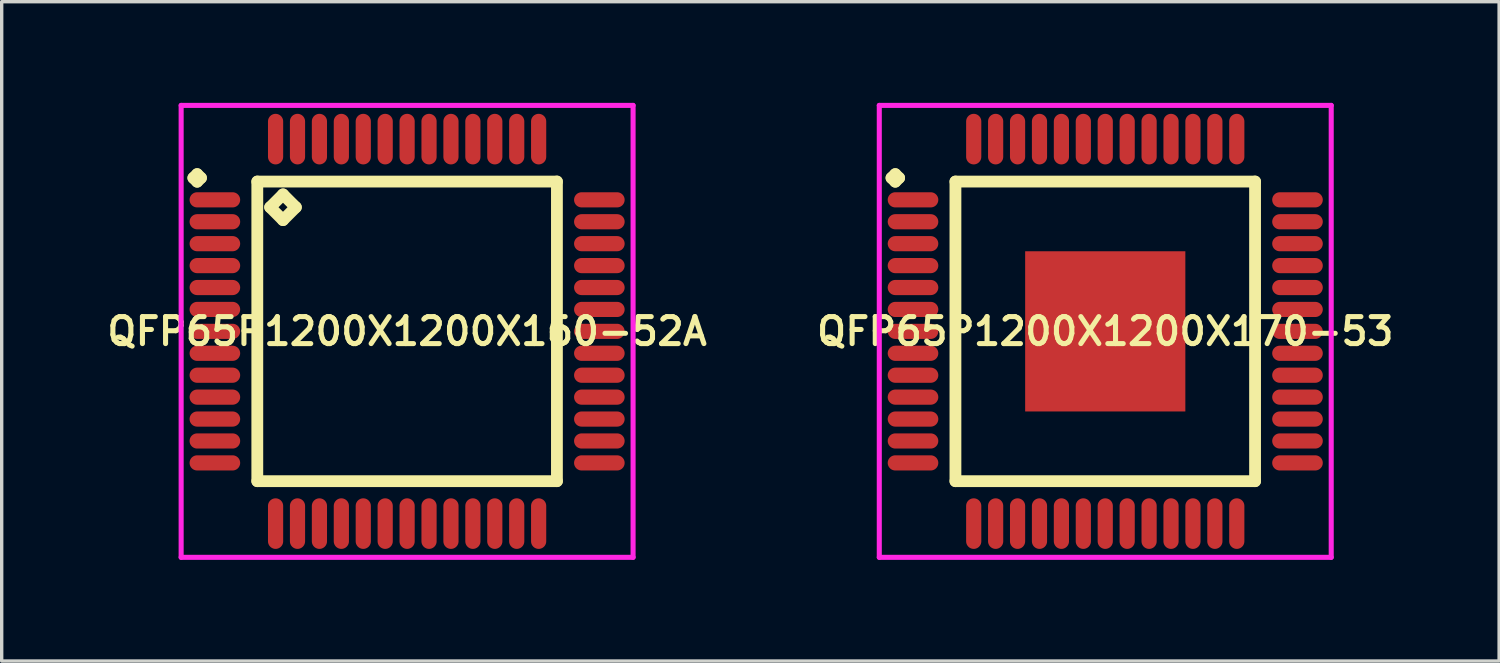
<source format=kicad_pcb>
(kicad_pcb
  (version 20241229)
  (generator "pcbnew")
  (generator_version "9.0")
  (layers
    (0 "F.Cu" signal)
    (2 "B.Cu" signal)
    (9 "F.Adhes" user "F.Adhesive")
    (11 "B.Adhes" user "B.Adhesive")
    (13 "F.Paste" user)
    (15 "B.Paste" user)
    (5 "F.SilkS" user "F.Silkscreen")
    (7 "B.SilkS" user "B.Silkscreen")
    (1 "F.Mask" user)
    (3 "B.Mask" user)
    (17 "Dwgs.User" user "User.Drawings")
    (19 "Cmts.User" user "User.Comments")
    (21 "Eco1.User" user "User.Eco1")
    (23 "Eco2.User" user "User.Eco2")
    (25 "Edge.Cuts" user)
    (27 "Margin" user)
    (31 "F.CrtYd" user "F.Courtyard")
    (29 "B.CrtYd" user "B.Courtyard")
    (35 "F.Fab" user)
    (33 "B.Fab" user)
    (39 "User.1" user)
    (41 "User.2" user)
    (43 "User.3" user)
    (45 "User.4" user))
  (footprint "QFP65P1200X1200X160-52A"
    (layer "F.Cu")
    (at 9.021 6.775)
    (property "Reference" "QFP65P1200X1200X160-52A" (at 0 0 0) (layer "F.SilkS") (effects (font (size 0.8 0.8) (thickness 0.15))))
    (attr through_hole)
    (fp_line (start -6.338 -4.55) (end -6.225 -4.662) (stroke (width 0.35) (type solid)) (layer "F.SilkS"))
    (fp_line (start -6.225 -4.662) (end -6.112 -4.55) (stroke (width 0.35) (type solid)) (layer "F.SilkS"))
    (fp_line (start -6.225 -4.438) (end -6.338 -4.55) (stroke (width 0.35) (type solid)) (layer "F.SilkS"))
    (fp_line (start -6.112 -4.55) (end -6.225 -4.438) (stroke (width 0.35) (type solid)) (layer "F.SilkS"))
    (fp_line (start -4.442 -4.442) (end -4.442 4.442) (stroke (width 0.35) (type solid)) (layer "F.SilkS"))
    (fp_line (start -4.442 4.442) (end 4.442 4.442) (stroke (width 0.35) (type solid)) (layer "F.SilkS"))
    (fp_line (start -4.061 -3.68) (end -3.68 -4.061) (stroke (width 0.35) (type solid)) (layer "F.SilkS"))
    (fp_line (start -3.68 -4.061) (end -3.299 -3.68) (stroke (width 0.35) (type solid)) (layer "F.SilkS"))
    (fp_line (start -3.68 -3.299) (end -4.061 -3.68) (stroke (width 0.35) (type solid)) (layer "F.SilkS"))
    (fp_line (start -3.299 -3.68) (end -3.68 -3.299) (stroke (width 0.35) (type solid)) (layer "F.SilkS"))
    (fp_line (start 4.442 -4.442) (end -4.442 -4.442) (stroke (width 0.35) (type solid)) (layer "F.SilkS"))
    (fp_line (start 4.442 4.442) (end 4.442 -4.442) (stroke (width 0.35) (type solid)) (layer "F.SilkS"))
    (fp_line (start -6.7 -6.7) (end 6.7 -6.7) (stroke (width 0.15) (type solid)) (layer "F.CrtYd"))
    (fp_line (start -6.7 6.7) (end -6.7 -6.7) (stroke (width 0.15) (type solid)) (layer "F.CrtYd"))
    (fp_line (start 6.7 -6.7) (end 6.7 6.7) (stroke (width 0.15) (type solid)) (layer "F.CrtYd"))
    (fp_line (start 6.7 6.7) (end -6.7 6.7) (stroke (width 0.15) (type solid)) (layer "F.CrtYd"))
    (pad "1" smd oval (at -5.7 -3.9) (size 1.5 0.45) (layers "F.Cu" "F.Mask" "F.Paste"))
    (pad "2" smd oval (at -5.7 -3.25) (size 1.5 0.45) (layers "F.Cu" "F.Mask" "F.Paste"))
    (pad "3" smd oval (at -5.7 -2.6) (size 1.5 0.45) (layers "F.Cu" "F.Mask" "F.Paste"))
    (pad "4" smd oval (at -5.7 -1.95) (size 1.5 0.45) (layers "F.Cu" "F.Mask" "F.Paste"))
    (pad "5" smd oval (at -5.7 -1.3) (size 1.5 0.45) (layers "F.Cu" "F.Mask" "F.Paste"))
    (pad "6" smd oval (at -5.7 -0.65) (size 1.5 0.45) (layers "F.Cu" "F.Mask" "F.Paste"))
    (pad "7" smd oval (at -5.7 0) (size 1.5 0.45) (layers "F.Cu" "F.Mask" "F.Paste"))
    (pad "8" smd oval (at -5.7 0.65) (size 1.5 0.45) (layers "F.Cu" "F.Mask" "F.Paste"))
    (pad "9" smd oval (at -5.7 1.3) (size 1.5 0.45) (layers "F.Cu" "F.Mask" "F.Paste"))
    (pad "10" smd oval (at -5.7 1.95) (size 1.5 0.45) (layers "F.Cu" "F.Mask" "F.Paste"))
    (pad "11" smd oval (at -5.7 2.6) (size 1.5 0.45) (layers "F.Cu" "F.Mask" "F.Paste"))
    (pad "12" smd oval (at -5.7 3.25) (size 1.5 0.45) (layers "F.Cu" "F.Mask" "F.Paste"))
    (pad "13" smd oval (at -5.7 3.9) (size 1.5 0.45) (layers "F.Cu" "F.Mask" "F.Paste"))
    (pad "14" smd oval (at -3.9 5.7) (size 0.45 1.5) (layers "F.Cu" "F.Mask" "F.Paste"))
    (pad "15" smd oval (at -3.25 5.7) (size 0.45 1.5) (layers "F.Cu" "F.Mask" "F.Paste"))
    (pad "16" smd oval (at -2.6 5.7) (size 0.45 1.5) (layers "F.Cu" "F.Mask" "F.Paste"))
    (pad "17" smd oval (at -1.95 5.7) (size 0.45 1.5) (layers "F.Cu" "F.Mask" "F.Paste"))
    (pad "18" smd oval (at -1.3 5.7) (size 0.45 1.5) (layers "F.Cu" "F.Mask" "F.Paste"))
    (pad "19" smd oval (at -0.65 5.7) (size 0.45 1.5) (layers "F.Cu" "F.Mask" "F.Paste"))
    (pad "20" smd oval (at 0 5.7) (size 0.45 1.5) (layers "F.Cu" "F.Mask" "F.Paste"))
    (pad "21" smd oval (at 0.65 5.7) (size 0.45 1.5) (layers "F.Cu" "F.Mask" "F.Paste"))
    (pad "22" smd oval (at 1.3 5.7) (size 0.45 1.5) (layers "F.Cu" "F.Mask" "F.Paste"))
    (pad "23" smd oval (at 1.95 5.7) (size 0.45 1.5) (layers "F.Cu" "F.Mask" "F.Paste"))
    (pad "24" smd oval (at 2.6 5.7) (size 0.45 1.5) (layers "F.Cu" "F.Mask" "F.Paste"))
    (pad "25" smd oval (at 3.25 5.7) (size 0.45 1.5) (layers "F.Cu" "F.Mask" "F.Paste"))
    (pad "26" smd oval (at 3.9 5.7) (size 0.45 1.5) (layers "F.Cu" "F.Mask" "F.Paste"))
    (pad "27" smd oval (at 5.7 3.9) (size 1.5 0.45) (layers "F.Cu" "F.Mask" "F.Paste"))
    (pad "28" smd oval (at 5.7 3.25) (size 1.5 0.45) (layers "F.Cu" "F.Mask" "F.Paste"))
    (pad "29" smd oval (at 5.7 2.6) (size 1.5 0.45) (layers "F.Cu" "F.Mask" "F.Paste"))
    (pad "30" smd oval (at 5.7 1.95) (size 1.5 0.45) (layers "F.Cu" "F.Mask" "F.Paste"))
    (pad "31" smd oval (at 5.7 1.3) (size 1.5 0.45) (layers "F.Cu" "F.Mask" "F.Paste"))
    (pad "32" smd oval (at 5.7 0.65) (size 1.5 0.45) (layers "F.Cu" "F.Mask" "F.Paste"))
    (pad "33" smd oval (at 5.7 0) (size 1.5 0.45) (layers "F.Cu" "F.Mask" "F.Paste"))
    (pad "34" smd oval (at 5.7 -0.65) (size 1.5 0.45) (layers "F.Cu" "F.Mask" "F.Paste"))
    (pad "35" smd oval (at 5.7 -1.3) (size 1.5 0.45) (layers "F.Cu" "F.Mask" "F.Paste"))
    (pad "36" smd oval (at 5.7 -1.95) (size 1.5 0.45) (layers "F.Cu" "F.Mask" "F.Paste"))
    (pad "37" smd oval (at 5.7 -2.6) (size 1.5 0.45) (layers "F.Cu" "F.Mask" "F.Paste"))
    (pad "38" smd oval (at 5.7 -3.25) (size 1.5 0.45) (layers "F.Cu" "F.Mask" "F.Paste"))
    (pad "39" smd oval (at 5.7 -3.9) (size 1.5 0.45) (layers "F.Cu" "F.Mask" "F.Paste"))
    (pad "40" smd oval (at 3.9 -5.7) (size 0.45 1.5) (layers "F.Cu" "F.Mask" "F.Paste"))
    (pad "41" smd oval (at 3.25 -5.7) (size 0.45 1.5) (layers "F.Cu" "F.Mask" "F.Paste"))
    (pad "42" smd oval (at 2.6 -5.7) (size 0.45 1.5) (layers "F.Cu" "F.Mask" "F.Paste"))
    (pad "43" smd oval (at 1.95 -5.7) (size 0.45 1.5) (layers "F.Cu" "F.Mask" "F.Paste"))
    (pad "44" smd oval (at 1.3 -5.7) (size 0.45 1.5) (layers "F.Cu" "F.Mask" "F.Paste"))
    (pad "45" smd oval (at 0.65 -5.7) (size 0.45 1.5) (layers "F.Cu" "F.Mask" "F.Paste"))
    (pad "46" smd oval (at 0 -5.7) (size 0.45 1.5) (layers "F.Cu" "F.Mask" "F.Paste"))
    (pad "47" smd oval (at -0.65 -5.7) (size 0.45 1.5) (layers "F.Cu" "F.Mask" "F.Paste"))
    (pad "48" smd oval (at -1.3 -5.7) (size 0.45 1.5) (layers "F.Cu" "F.Mask" "F.Paste"))
    (pad "49" smd oval (at -1.95 -5.7) (size 0.45 1.5) (layers "F.Cu" "F.Mask" "F.Paste"))
    (pad "50" smd oval (at -2.6 -5.7) (size 0.45 1.5) (layers "F.Cu" "F.Mask" "F.Paste"))
    (pad "51" smd oval (at -3.25 -5.7) (size 0.45 1.5) (layers "F.Cu" "F.Mask" "F.Paste"))
    (pad "52" smd oval (at -3.9 -5.7) (size 0.45 1.5) (layers "F.Cu" "F.Mask" "F.Paste")))
  (footprint "QFP65P1200X1200X170-53"
    (layer "F.Cu")
    (at 29.721 6.775)
    (property "Reference" "QFP65P1200X1200X170-53" (at 0 0 0) (layer "F.SilkS") (effects (font (size 0.8 0.8) (thickness 0.15))))
    (attr smd)
    (fp_line (start -6.338 -4.55) (end -6.225 -4.662) (stroke (width 0.35) (type solid)) (layer "F.SilkS"))
    (fp_line (start -6.225 -4.662) (end -6.112 -4.55) (stroke (width 0.35) (type solid)) (layer "F.SilkS"))
    (fp_line (start -6.225 -4.438) (end -6.338 -4.55) (stroke (width 0.35) (type solid)) (layer "F.SilkS"))
    (fp_line (start -6.112 -4.55) (end -6.225 -4.438) (stroke (width 0.35) (type solid)) (layer "F.SilkS"))
    (fp_line (start -4.442 -4.442) (end -4.442 4.442) (stroke (width 0.35) (type solid)) (layer "F.SilkS"))
    (fp_line (start -4.442 4.442) (end 4.442 4.442) (stroke (width 0.35) (type solid)) (layer "F.SilkS"))
    (fp_line (start 4.442 -4.442) (end -4.442 -4.442) (stroke (width 0.35) (type solid)) (layer "F.SilkS"))
    (fp_line (start 4.442 4.442) (end 4.442 -4.442) (stroke (width 0.35) (type solid)) (layer "F.SilkS"))
    (fp_line (start -6.7 -6.7) (end 6.7 -6.7) (stroke (width 0.15) (type solid)) (layer "F.CrtYd"))
    (fp_line (start -6.7 6.7) (end -6.7 -6.7) (stroke (width 0.15) (type solid)) (layer "F.CrtYd"))
    (fp_line (start 6.7 -6.7) (end 6.7 6.7) (stroke (width 0.15) (type solid)) (layer "F.CrtYd"))
    (fp_line (start 6.7 6.7) (end -6.7 6.7) (stroke (width 0.15) (type solid)) (layer "F.CrtYd"))
    (pad "1" smd oval (at -5.7 -3.9) (size 1.5 0.45) (layers "F.Cu" "F.Mask" "F.Paste"))
    (pad "2" smd oval (at -5.7 -3.25) (size 1.5 0.45) (layers "F.Cu" "F.Mask" "F.Paste"))
    (pad "3" smd oval (at -5.7 -2.6) (size 1.5 0.45) (layers "F.Cu" "F.Mask" "F.Paste"))
    (pad "4" smd oval (at -5.7 -1.95) (size 1.5 0.45) (layers "F.Cu" "F.Mask" "F.Paste"))
    (pad "5" smd oval (at -5.7 -1.3) (size 1.5 0.45) (layers "F.Cu" "F.Mask" "F.Paste"))
    (pad "6" smd oval (at -5.7 -0.65) (size 1.5 0.45) (layers "F.Cu" "F.Mask" "F.Paste"))
    (pad "7" smd oval (at -5.7 0) (size 1.5 0.45) (layers "F.Cu" "F.Mask" "F.Paste"))
    (pad "8" smd oval (at -5.7 0.65) (size 1.5 0.45) (layers "F.Cu" "F.Mask" "F.Paste"))
    (pad "9" smd oval (at -5.7 1.3) (size 1.5 0.45) (layers "F.Cu" "F.Mask" "F.Paste"))
    (pad "10" smd oval (at -5.7 1.95) (size 1.5 0.45) (layers "F.Cu" "F.Mask" "F.Paste"))
    (pad "11" smd oval (at -5.7 2.6) (size 1.5 0.45) (layers "F.Cu" "F.Mask" "F.Paste"))
    (pad "12" smd oval (at -5.7 3.25) (size 1.5 0.45) (layers "F.Cu" "F.Mask" "F.Paste"))
    (pad "13" smd oval (at -5.7 3.9) (size 1.5 0.45) (layers "F.Cu" "F.Mask" "F.Paste"))
    (pad "14" smd oval (at -3.9 5.7) (size 0.45 1.5) (layers "F.Cu" "F.Mask" "F.Paste"))
    (pad "15" smd oval (at -3.25 5.7) (size 0.45 1.5) (layers "F.Cu" "F.Mask" "F.Paste"))
    (pad "16" smd oval (at -2.6 5.7) (size 0.45 1.5) (layers "F.Cu" "F.Mask" "F.Paste"))
    (pad "17" smd oval (at -1.95 5.7) (size 0.45 1.5) (layers "F.Cu" "F.Mask" "F.Paste"))
    (pad "18" smd oval (at -1.3 5.7) (size 0.45 1.5) (layers "F.Cu" "F.Mask" "F.Paste"))
    (pad "19" smd oval (at -0.65 5.7) (size 0.45 1.5) (layers "F.Cu" "F.Mask" "F.Paste"))
    (pad "20" smd oval (at 0 5.7) (size 0.45 1.5) (layers "F.Cu" "F.Mask" "F.Paste"))
    (pad "21" smd oval (at 0.65 5.7) (size 0.45 1.5) (layers "F.Cu" "F.Mask" "F.Paste"))
    (pad "22" smd oval (at 1.3 5.7) (size 0.45 1.5) (layers "F.Cu" "F.Mask" "F.Paste"))
    (pad "23" smd oval (at 1.95 5.7) (size 0.45 1.5) (layers "F.Cu" "F.Mask" "F.Paste"))
    (pad "24" smd oval (at 2.6 5.7) (size 0.45 1.5) (layers "F.Cu" "F.Mask" "F.Paste"))
    (pad "25" smd oval (at 3.25 5.7) (size 0.45 1.5) (layers "F.Cu" "F.Mask" "F.Paste"))
    (pad "26" smd oval (at 3.9 5.7) (size 0.45 1.5) (layers "F.Cu" "F.Mask" "F.Paste"))
    (pad "27" smd oval (at 5.7 3.9) (size 1.5 0.45) (layers "F.Cu" "F.Mask" "F.Paste"))
    (pad "28" smd oval (at 5.7 3.25) (size 1.5 0.45) (layers "F.Cu" "F.Mask" "F.Paste"))
    (pad "29" smd oval (at 5.7 2.6) (size 1.5 0.45) (layers "F.Cu" "F.Mask" "F.Paste"))
    (pad "30" smd oval (at 5.7 1.95) (size 1.5 0.45) (layers "F.Cu" "F.Mask" "F.Paste"))
    (pad "31" smd oval (at 5.7 1.3) (size 1.5 0.45) (layers "F.Cu" "F.Mask" "F.Paste"))
    (pad "32" smd oval (at 5.7 0.65) (size 1.5 0.45) (layers "F.Cu" "F.Mask" "F.Paste"))
    (pad "33" smd oval (at 5.7 0) (size 1.5 0.45) (layers "F.Cu" "F.Mask" "F.Paste"))
    (pad "34" smd oval (at 5.7 -0.65) (size 1.5 0.45) (layers "F.Cu" "F.Mask" "F.Paste"))
    (pad "35" smd oval (at 5.7 -1.3) (size 1.5 0.45) (layers "F.Cu" "F.Mask" "F.Paste"))
    (pad "36" smd oval (at 5.7 -1.95) (size 1.5 0.45) (layers "F.Cu" "F.Mask" "F.Paste"))
    (pad "37" smd oval (at 5.7 -2.6) (size 1.5 0.45) (layers "F.Cu" "F.Mask" "F.Paste"))
    (pad "38" smd oval (at 5.7 -3.25) (size 1.5 0.45) (layers "F.Cu" "F.Mask" "F.Paste"))
    (pad "39" smd oval (at 5.7 -3.9) (size 1.5 0.45) (layers "F.Cu" "F.Mask" "F.Paste"))
    (pad "40" smd oval (at 3.9 -5.7) (size 0.45 1.5) (layers "F.Cu" "F.Mask" "F.Paste"))
    (pad "41" smd oval (at 3.25 -5.7) (size 0.45 1.5) (layers "F.Cu" "F.Mask" "F.Paste"))
    (pad "42" smd oval (at 2.6 -5.7) (size 0.45 1.5) (layers "F.Cu" "F.Mask" "F.Paste"))
    (pad "43" smd oval (at 1.95 -5.7) (size 0.45 1.5) (layers "F.Cu" "F.Mask" "F.Paste"))
    (pad "44" smd oval (at 1.3 -5.7) (size 0.45 1.5) (layers "F.Cu" "F.Mask" "F.Paste"))
    (pad "45" smd oval (at 0.65 -5.7) (size 0.45 1.5) (layers "F.Cu" "F.Mask" "F.Paste"))
    (pad "46" smd oval (at 0 -5.7) (size 0.45 1.5) (layers "F.Cu" "F.Mask" "F.Paste"))
    (pad "47" smd oval (at -0.65 -5.7) (size 0.45 1.5) (layers "F.Cu" "F.Mask" "F.Paste"))
    (pad "48" smd oval (at -1.3 -5.7) (size 0.45 1.5) (layers "F.Cu" "F.Mask" "F.Paste"))
    (pad "49" smd oval (at -1.95 -5.7) (size 0.45 1.5) (layers "F.Cu" "F.Mask" "F.Paste"))
    (pad "50" smd oval (at -2.6 -5.7) (size 0.45 1.5) (layers "F.Cu" "F.Mask" "F.Paste"))
    (pad "51" smd oval (at -3.25 -5.7) (size 0.45 1.5) (layers "F.Cu" "F.Mask" "F.Paste"))
    (pad "52" smd oval (at -3.9 -5.7) (size 0.45 1.5) (layers "F.Cu" "F.Mask" "F.Paste"))
    (pad "53" smd rect (at 0 0) (size 4.75 4.75) (layers "F.Cu" "F.Mask" "F.Paste")))
  (gr_rect
    (start -3 -3)
    (end 41.399 16.55)
    (stroke (width 0.1) (type default))
    (fill no)
    (layer "Edge.Cuts")))
</source>
